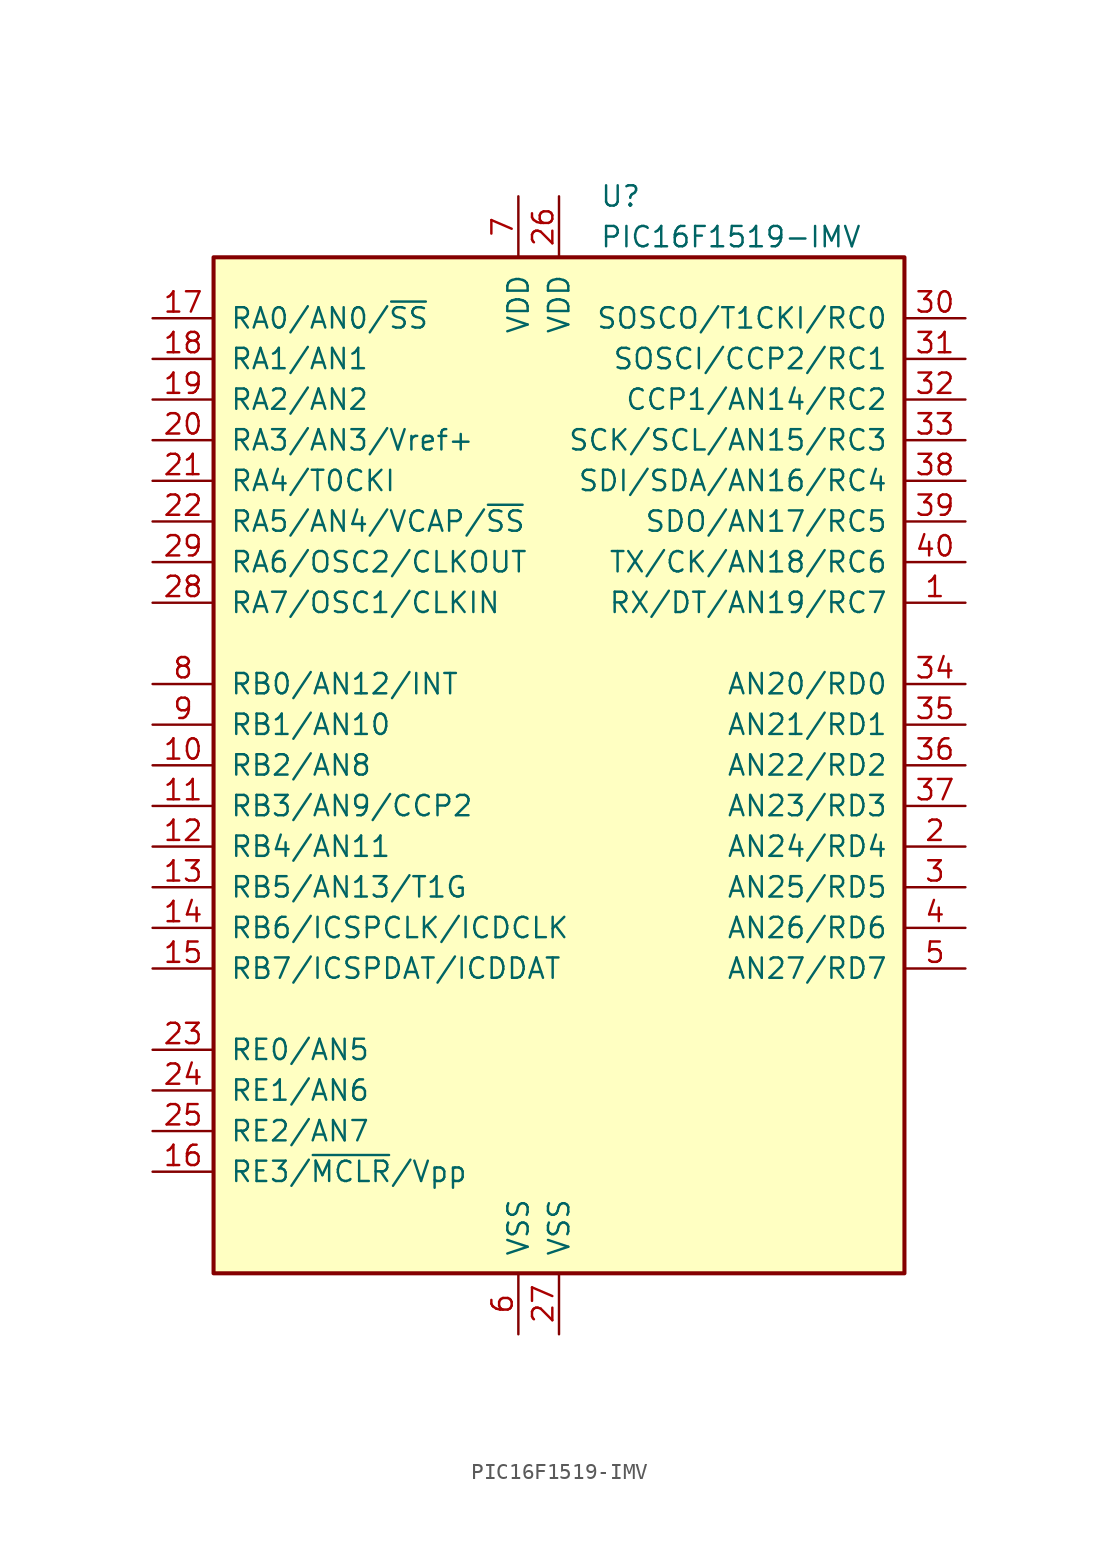
<source format=kicad_sym>
(kicad_symbol_lib
  (version 20201005)
  (generator kicad_symbol_editor)
  (symbol "PIC16F1519-IMV"
    (pin_names
      (offset 1.016))
    (property "Reference" "U"
      (at 2.54 35.56 0)
      (effects (font (size 1.27 1.27)) (justify left)))
    (property "Value" "PIC16F1519-IMV"
      (at 2.54 33.02 0)
      (effects (font (size 1.27 1.27)) (justify left)))
    (symbol "PIC16F1519-IMV_0_1"
      (rectangle (start -21.59 31.75) (end 21.59 -31.75) (stroke (width 0.254)) (fill (type background))))
    (symbol "PIC16F1519-IMV_1_1"
      (pin bidirectional line (at 25.4 10.16 180) (length 3.81) (name "RX/DT/AN19/RC7" (effects (font (size 1.27 1.27)))) (number "1" (effects (font (size 1.27 1.27)))))
      (pin bidirectional line (at -25.4 0 0) (length 3.81) (name "RB2/AN8" (effects (font (size 1.27 1.27)))) (number "10" (effects (font (size 1.27 1.27)))))
      (pin bidirectional line (at -25.4 -2.54 0) (length 3.81) (name "RB3/AN9/CCP2" (effects (font (size 1.27 1.27)))) (number "11" (effects (font (size 1.27 1.27)))))
      (pin bidirectional line (at -25.4 -5.08 0) (length 3.81) (name "RB4/AN11" (effects (font (size 1.27 1.27)))) (number "12" (effects (font (size 1.27 1.27)))))
      (pin bidirectional line (at -25.4 -7.62 0) (length 3.81) (name "RB5/AN13/T1G" (effects (font (size 1.27 1.27)))) (number "13" (effects (font (size 1.27 1.27)))))
      (pin bidirectional line (at -25.4 -10.16 0) (length 3.81) (name "RB6/ICSPCLK/ICDCLK" (effects (font (size 1.27 1.27)))) (number "14" (effects (font (size 1.27 1.27)))))
      (pin bidirectional line (at -25.4 -12.7 0) (length 3.81) (name "RB7/ICSPDAT/ICDDAT" (effects (font (size 1.27 1.27)))) (number "15" (effects (font (size 1.27 1.27)))))
      (pin input line (at -25.4 -25.4 0) (length 3.81) (name "RE3/~MCLR~/Vpp" (effects (font (size 1.27 1.27)))) (number "16" (effects (font (size 1.27 1.27)))))
      (pin bidirectional line (at -25.4 27.94 0) (length 3.81) (name "RA0/AN0/~SS" (effects (font (size 1.27 1.27)))) (number "17" (effects (font (size 1.27 1.27)))))
      (pin bidirectional line (at -25.4 25.4 0) (length 3.81) (name "RA1/AN1" (effects (font (size 1.27 1.27)))) (number "18" (effects (font (size 1.27 1.27)))))
      (pin bidirectional line (at -25.4 22.86 0) (length 3.81) (name "RA2/AN2" (effects (font (size 1.27 1.27)))) (number "19" (effects (font (size 1.27 1.27)))))
      (pin bidirectional line (at 25.4 -5.08 180) (length 3.81) (name "AN24/RD4" (effects (font (size 1.27 1.27)))) (number "2" (effects (font (size 1.27 1.27)))))
      (pin bidirectional line (at -25.4 20.32 0) (length 3.81) (name "RA3/AN3/Vref+" (effects (font (size 1.27 1.27)))) (number "20" (effects (font (size 1.27 1.27)))))
      (pin bidirectional line (at -25.4 17.78 0) (length 3.81) (name "RA4/T0CKI" (effects (font (size 1.27 1.27)))) (number "21" (effects (font (size 1.27 1.27)))))
      (pin bidirectional line (at -25.4 15.24 0) (length 3.81) (name "RA5/AN4/VCAP/~SS" (effects (font (size 1.27 1.27)))) (number "22" (effects (font (size 1.27 1.27)))))
      (pin bidirectional line (at -25.4 -17.78 0) (length 3.81) (name "RE0/AN5" (effects (font (size 1.27 1.27)))) (number "23" (effects (font (size 1.27 1.27)))))
      (pin bidirectional line (at -25.4 -20.32 0) (length 3.81) (name "RE1/AN6" (effects (font (size 1.27 1.27)))) (number "24" (effects (font (size 1.27 1.27)))))
      (pin bidirectional line (at -25.4 -22.86 0) (length 3.81) (name "RE2/AN7" (effects (font (size 1.27 1.27)))) (number "25" (effects (font (size 1.27 1.27)))))
      (pin power_in line (at 0 35.56 270) (length 3.81) (name "VDD" (effects (font (size 1.27 1.27)))) (number "26" (effects (font (size 1.27 1.27)))))
      (pin power_in line (at 0 -35.56 90) (length 3.81) (name "VSS" (effects (font (size 1.27 1.27)))) (number "27" (effects (font (size 1.27 1.27)))))
      (pin bidirectional line (at -25.4 10.16 0) (length 3.81) (name "RA7/OSC1/CLKIN" (effects (font (size 1.27 1.27)))) (number "28" (effects (font (size 1.27 1.27)))))
      (pin bidirectional line (at -25.4 12.7 0) (length 3.81) (name "RA6/OSC2/CLKOUT" (effects (font (size 1.27 1.27)))) (number "29" (effects (font (size 1.27 1.27)))))
      (pin bidirectional line (at 25.4 -7.62 180) (length 3.81) (name "AN25/RD5" (effects (font (size 1.27 1.27)))) (number "3" (effects (font (size 1.27 1.27)))))
      (pin bidirectional line (at 25.4 27.94 180) (length 3.81) (name "SOSCO/T1CKI/RC0" (effects (font (size 1.27 1.27)))) (number "30" (effects (font (size 1.27 1.27)))))
      (pin bidirectional line (at 25.4 25.4 180) (length 3.81) (name "SOSCI/CCP2/RC1" (effects (font (size 1.27 1.27)))) (number "31" (effects (font (size 1.27 1.27)))))
      (pin bidirectional line (at 25.4 22.86 180) (length 3.81) (name "CCP1/AN14/RC2" (effects (font (size 1.27 1.27)))) (number "32" (effects (font (size 1.27 1.27)))))
      (pin bidirectional line (at 25.4 20.32 180) (length 3.81) (name "SCK/SCL/AN15/RC3" (effects (font (size 1.27 1.27)))) (number "33" (effects (font (size 1.27 1.27)))))
      (pin bidirectional line (at 25.4 5.08 180) (length 3.81) (name "AN20/RD0" (effects (font (size 1.27 1.27)))) (number "34" (effects (font (size 1.27 1.27)))))
      (pin bidirectional line (at 25.4 2.54 180) (length 3.81) (name "AN21/RD1" (effects (font (size 1.27 1.27)))) (number "35" (effects (font (size 1.27 1.27)))))
      (pin bidirectional line (at 25.4 0 180) (length 3.81) (name "AN22/RD2" (effects (font (size 1.27 1.27)))) (number "36" (effects (font (size 1.27 1.27)))))
      (pin bidirectional line (at 25.4 -2.54 180) (length 3.81) (name "AN23/RD3" (effects (font (size 1.27 1.27)))) (number "37" (effects (font (size 1.27 1.27)))))
      (pin bidirectional line (at 25.4 17.78 180) (length 3.81) (name "SDI/SDA/AN16/RC4" (effects (font (size 1.27 1.27)))) (number "38" (effects (font (size 1.27 1.27)))))
      (pin bidirectional line (at 25.4 15.24 180) (length 3.81) (name "SDO/AN17/RC5" (effects (font (size 1.27 1.27)))) (number "39" (effects (font (size 1.27 1.27)))))
      (pin bidirectional line (at 25.4 -10.16 180) (length 3.81) (name "AN26/RD6" (effects (font (size 1.27 1.27)))) (number "4" (effects (font (size 1.27 1.27)))))
      (pin bidirectional line (at 25.4 12.7 180) (length 3.81) (name "TX/CK/AN18/RC6" (effects (font (size 1.27 1.27)))) (number "40" (effects (font (size 1.27 1.27)))))
      (pin bidirectional line (at 25.4 -12.7 180) (length 3.81) (name "AN27/RD7" (effects (font (size 1.27 1.27)))) (number "5" (effects (font (size 1.27 1.27)))))
      (pin power_in line (at -2.54 -35.56 90) (length 3.81) (name "VSS" (effects (font (size 1.27 1.27)))) (number "6" (effects (font (size 1.27 1.27)))))
      (pin power_in line (at -2.54 35.56 270) (length 3.81) (name "VDD" (effects (font (size 1.27 1.27)))) (number "7" (effects (font (size 1.27 1.27)))))
      (pin bidirectional line (at -25.4 5.08 0) (length 3.81) (name "RB0/AN12/INT" (effects (font (size 1.27 1.27)))) (number "8" (effects (font (size 1.27 1.27)))))
      (pin bidirectional line (at -25.4 2.54 0) (length 3.81) (name "RB1/AN10" (effects (font (size 1.27 1.27)))) (number "9" (effects (font (size 1.27 1.27))))))))
</source>
